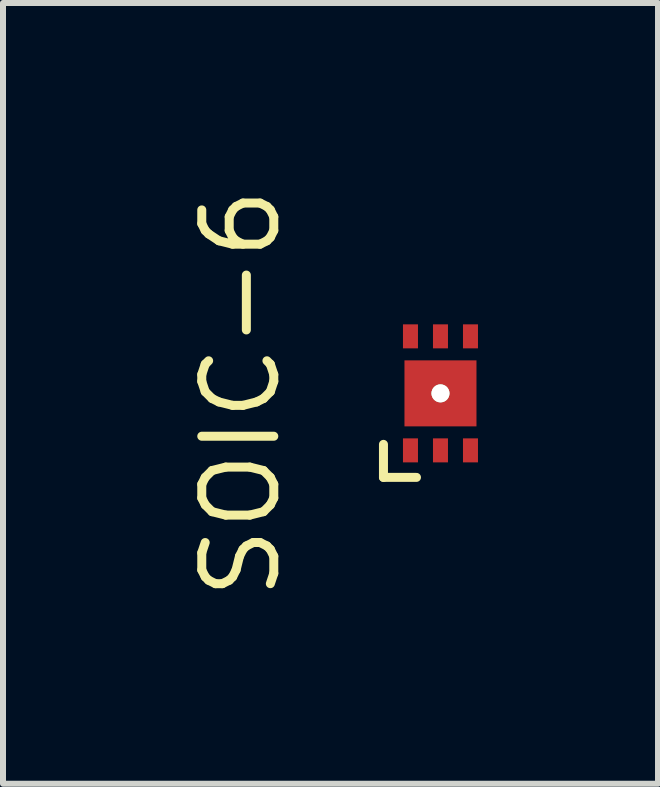
<source format=kicad_pcb>
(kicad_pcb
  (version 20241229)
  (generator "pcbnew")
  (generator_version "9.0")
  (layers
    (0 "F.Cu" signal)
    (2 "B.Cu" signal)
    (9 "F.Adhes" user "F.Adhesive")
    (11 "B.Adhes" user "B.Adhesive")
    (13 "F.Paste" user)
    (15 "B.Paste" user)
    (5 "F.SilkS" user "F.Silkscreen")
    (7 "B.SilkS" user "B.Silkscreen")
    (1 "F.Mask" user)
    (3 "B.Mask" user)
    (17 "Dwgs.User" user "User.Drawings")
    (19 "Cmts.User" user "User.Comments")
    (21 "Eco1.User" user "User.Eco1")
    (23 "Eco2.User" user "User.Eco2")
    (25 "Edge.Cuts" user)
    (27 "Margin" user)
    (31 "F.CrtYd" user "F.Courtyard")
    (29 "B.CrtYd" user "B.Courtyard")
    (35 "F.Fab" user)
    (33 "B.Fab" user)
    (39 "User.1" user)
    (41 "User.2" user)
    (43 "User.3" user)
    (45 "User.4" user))
  (footprint "SOIC-6"
    (layer "F.Cu")
    (at 4.29 3.505)
    (property "Reference" "SOIC-6" (at -3.325 0 90) (layer "F.SilkS") (effects (font (size 1.2 1.2) (thickness 0.15))))
    (attr through_hole)
    (fp_line (start -0.95 0.85) (end -0.95 1.4) (stroke (width 0.15) (type solid)) (layer "F.SilkS"))
    (fp_line (start -0.95 1.4) (end -0.4 1.4) (stroke (width 0.15) (type solid)) (layer "F.SilkS"))
    (pad "1" smd rect (at -0.5 0.95) (size 0.25 0.4) (layers "F.Cu" "F.Mask" "F.Paste"))
    (pad "2" smd rect (at 0 0.95) (size 0.25 0.4) (layers "F.Cu" "F.Mask" "F.Paste"))
    (pad "3" smd rect (at 0.5 0.95) (size 0.25 0.4) (layers "F.Cu" "F.Mask" "F.Paste"))
    (pad "4" smd rect (at 0.5 -0.95) (size 0.25 0.4) (layers "F.Cu" "F.Mask" "F.Paste"))
    (pad "5" smd rect (at 0 -0.95) (size 0.25 0.4) (layers "F.Cu" "F.Mask" "F.Paste"))
    (pad "6" smd rect (at -0.5 -0.95) (size 0.25 0.4) (layers "F.Cu" "F.Mask" "F.Paste"))
    (pad "PAD" thru_hole circle (at 0 0) (size 0.3 0.3) (drill 0.3) (layers "*.Cu" "*.Mask" "F.SilkS"))
    (pad "PAD" smd rect (at 0 0) (size 1.2 1.1) (layers "F.Cu" "F.Mask" "F.Paste")))
  (gr_rect
    (start -3 -3)
    (end 7.915 10.01)
    (stroke (width 0.1) (type default))
    (fill no)
    (layer "Edge.Cuts")))
</source>
